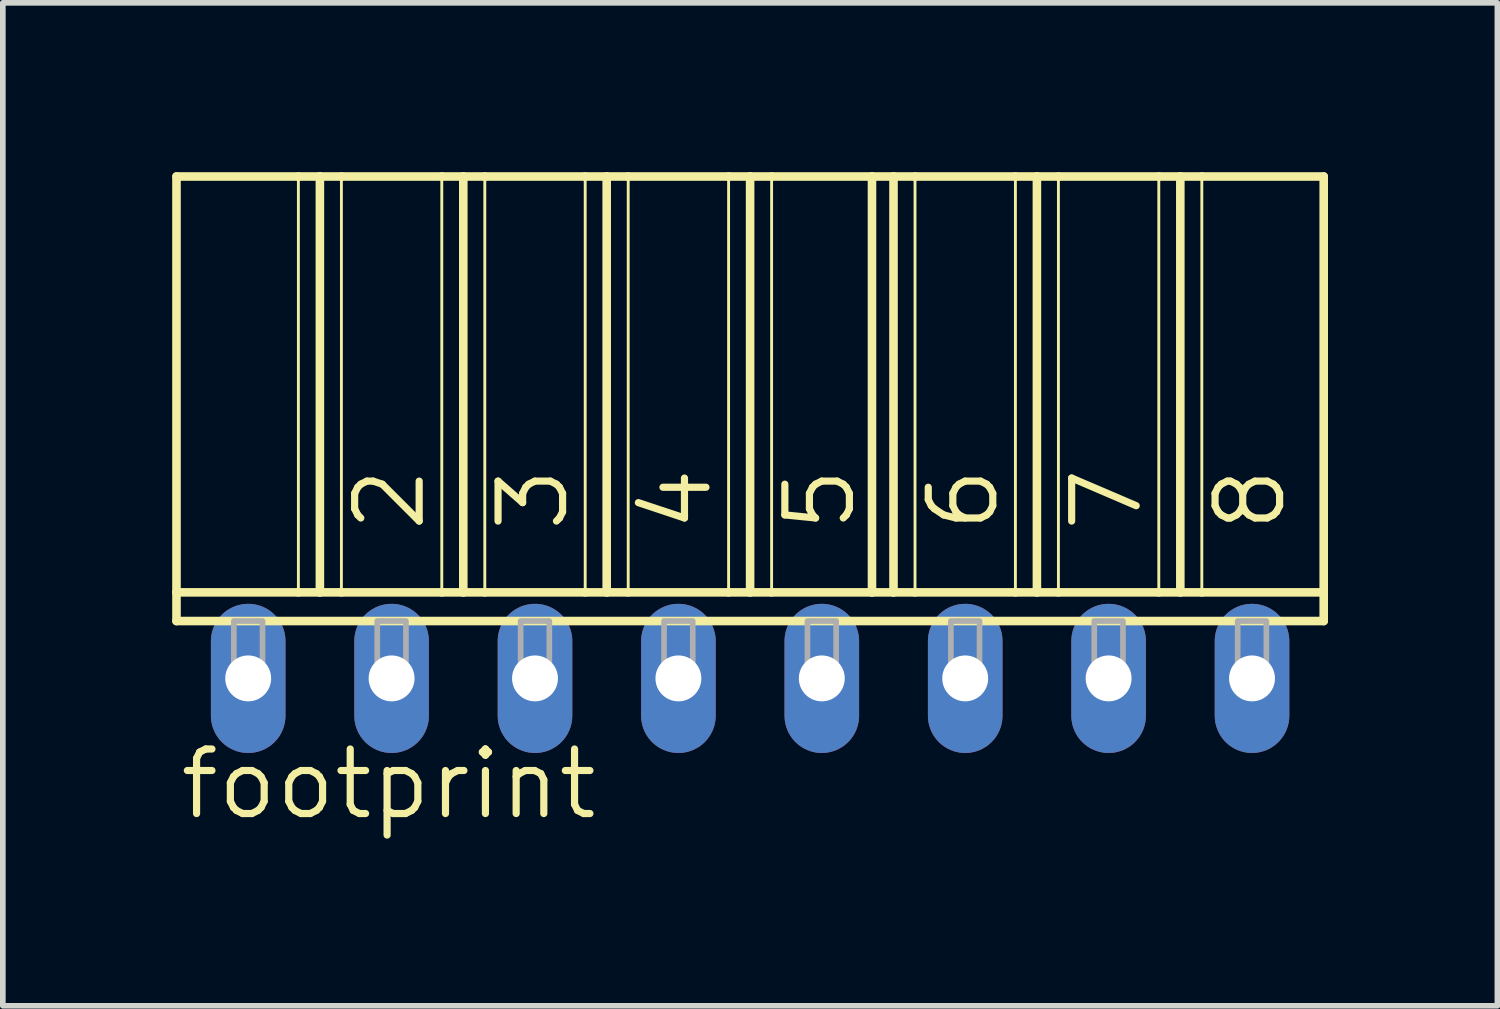
<source format=kicad_pcb>
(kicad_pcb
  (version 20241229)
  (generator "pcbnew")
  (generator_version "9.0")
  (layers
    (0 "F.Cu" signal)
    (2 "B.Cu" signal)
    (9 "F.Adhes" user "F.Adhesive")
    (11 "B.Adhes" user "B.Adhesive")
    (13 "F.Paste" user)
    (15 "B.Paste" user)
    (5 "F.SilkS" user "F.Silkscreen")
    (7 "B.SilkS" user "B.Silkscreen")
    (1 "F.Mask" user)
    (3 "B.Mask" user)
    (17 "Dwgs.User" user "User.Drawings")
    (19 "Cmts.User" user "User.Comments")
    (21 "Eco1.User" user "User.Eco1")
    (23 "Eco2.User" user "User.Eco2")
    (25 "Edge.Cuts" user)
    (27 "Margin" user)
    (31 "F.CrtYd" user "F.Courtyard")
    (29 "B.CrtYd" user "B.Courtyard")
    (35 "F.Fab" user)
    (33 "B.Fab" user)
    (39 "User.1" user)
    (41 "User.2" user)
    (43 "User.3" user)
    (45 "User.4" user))
  (footprint "footprint"
    (layer "F.Cu")
    (at 10.236 8.966)
    (property "Reference" "footprint" (at -10.16 2.54 0) (layer "F.SilkS") (effects (font (size 1.143 1.143) (thickness 0.127)) (justify left bottom)))
    (fp_line (start -10.16 -8.89) (end -8.001 -8.89) (stroke (width 0.152) (type solid)) (layer "F.SilkS"))
    (fp_line (start -10.16 -1.524) (end -10.16 -8.89) (stroke (width 0.152) (type solid)) (layer "F.SilkS"))
    (fp_line (start -10.16 -1.524) (end -8.001 -1.524) (stroke (width 0.152) (type solid)) (layer "F.SilkS"))
    (fp_line (start -10.16 -1.016) (end -10.16 -1.524) (stroke (width 0.152) (type solid)) (layer "F.SilkS"))
    (fp_line (start -10.16 -1.016) (end 10.16 -1.016) (stroke (width 0.152) (type solid)) (layer "F.SilkS"))
    (fp_line (start -8.001 -8.89) (end -8.001 -1.524) (stroke (width 0.051) (type solid)) (layer "F.SilkS"))
    (fp_line (start -8.001 -8.89) (end -7.62 -8.89) (stroke (width 0.152) (type solid)) (layer "F.SilkS"))
    (fp_line (start -8.001 -1.524) (end -7.62 -1.524) (stroke (width 0.152) (type solid)) (layer "F.SilkS"))
    (fp_line (start -7.62 -8.89) (end -7.62 -1.524) (stroke (width 0.152) (type solid)) (layer "F.SilkS"))
    (fp_line (start -7.62 -8.89) (end -7.239 -8.89) (stroke (width 0.152) (type solid)) (layer "F.SilkS"))
    (fp_line (start -7.62 -1.524) (end -7.239 -1.524) (stroke (width 0.152) (type solid)) (layer "F.SilkS"))
    (fp_line (start -7.239 -8.89) (end -7.239 -1.524) (stroke (width 0.051) (type solid)) (layer "F.SilkS"))
    (fp_line (start -7.239 -8.89) (end -5.461 -8.89) (stroke (width 0.152) (type solid)) (layer "F.SilkS"))
    (fp_line (start -7.239 -1.524) (end -5.461 -1.524) (stroke (width 0.152) (type solid)) (layer "F.SilkS"))
    (fp_line (start -5.461 -8.89) (end -5.461 -1.524) (stroke (width 0.051) (type solid)) (layer "F.SilkS"))
    (fp_line (start -5.461 -8.89) (end -5.08 -8.89) (stroke (width 0.152) (type solid)) (layer "F.SilkS"))
    (fp_line (start -5.461 -1.524) (end -5.08 -1.524) (stroke (width 0.152) (type solid)) (layer "F.SilkS"))
    (fp_line (start -5.08 -8.89) (end -5.08 -1.524) (stroke (width 0.152) (type solid)) (layer "F.SilkS"))
    (fp_line (start -5.08 -8.89) (end -4.699 -8.89) (stroke (width 0.152) (type solid)) (layer "F.SilkS"))
    (fp_line (start -5.08 -1.524) (end -4.699 -1.524) (stroke (width 0.152) (type solid)) (layer "F.SilkS"))
    (fp_line (start -4.699 -8.89) (end -4.699 -1.524) (stroke (width 0.051) (type solid)) (layer "F.SilkS"))
    (fp_line (start -4.699 -8.89) (end -2.921 -8.89) (stroke (width 0.152) (type solid)) (layer "F.SilkS"))
    (fp_line (start -4.699 -1.524) (end -2.921 -1.524) (stroke (width 0.152) (type solid)) (layer "F.SilkS"))
    (fp_line (start -2.921 -8.89) (end -2.921 -1.524) (stroke (width 0.051) (type solid)) (layer "F.SilkS"))
    (fp_line (start -2.921 -8.89) (end -2.54 -8.89) (stroke (width 0.152) (type solid)) (layer "F.SilkS"))
    (fp_line (start -2.921 -1.524) (end -2.54 -1.524) (stroke (width 0.152) (type solid)) (layer "F.SilkS"))
    (fp_line (start -2.54 -8.89) (end -2.54 -1.524) (stroke (width 0.152) (type solid)) (layer "F.SilkS"))
    (fp_line (start -2.54 -8.89) (end -2.159 -8.89) (stroke (width 0.152) (type solid)) (layer "F.SilkS"))
    (fp_line (start -2.54 -1.524) (end -2.159 -1.524) (stroke (width 0.152) (type solid)) (layer "F.SilkS"))
    (fp_line (start -2.159 -8.89) (end -2.159 -1.524) (stroke (width 0.051) (type solid)) (layer "F.SilkS"))
    (fp_line (start -2.159 -8.89) (end -0.381 -8.89) (stroke (width 0.152) (type solid)) (layer "F.SilkS"))
    (fp_line (start -2.159 -1.524) (end -0.381 -1.524) (stroke (width 0.152) (type solid)) (layer "F.SilkS"))
    (fp_line (start -0.381 -8.89) (end -0.381 -1.524) (stroke (width 0.051) (type solid)) (layer "F.SilkS"))
    (fp_line (start -0.381 -8.89) (end 0 -8.89) (stroke (width 0.152) (type solid)) (layer "F.SilkS"))
    (fp_line (start -0.381 -1.524) (end 0 -1.524) (stroke (width 0.152) (type solid)) (layer "F.SilkS"))
    (fp_line (start 0 -8.89) (end 0 -1.524) (stroke (width 0.152) (type solid)) (layer "F.SilkS"))
    (fp_line (start 0 -8.89) (end 0.381 -8.89) (stroke (width 0.152) (type solid)) (layer "F.SilkS"))
    (fp_line (start 0 -1.524) (end 0.381 -1.524) (stroke (width 0.152) (type solid)) (layer "F.SilkS"))
    (fp_line (start 0.381 -8.89) (end 0.381 -1.524) (stroke (width 0.051) (type solid)) (layer "F.SilkS"))
    (fp_line (start 0.381 -8.89) (end 2.159 -8.89) (stroke (width 0.152) (type solid)) (layer "F.SilkS"))
    (fp_line (start 0.381 -1.524) (end 2.159 -1.524) (stroke (width 0.152) (type solid)) (layer "F.SilkS"))
    (fp_line (start 2.159 -8.89) (end 2.159 -1.524) (stroke (width 0.152) (type solid)) (layer "F.SilkS"))
    (fp_line (start 2.159 -8.89) (end 2.54 -8.89) (stroke (width 0.152) (type solid)) (layer "F.SilkS"))
    (fp_line (start 2.159 -1.524) (end 2.54 -1.524) (stroke (width 0.152) (type solid)) (layer "F.SilkS"))
    (fp_line (start 2.54 -8.89) (end 2.54 -1.524) (stroke (width 0.152) (type solid)) (layer "F.SilkS"))
    (fp_line (start 2.54 -8.89) (end 2.921 -8.89) (stroke (width 0.152) (type solid)) (layer "F.SilkS"))
    (fp_line (start 2.54 -1.524) (end 2.921 -1.524) (stroke (width 0.152) (type solid)) (layer "F.SilkS"))
    (fp_line (start 2.921 -8.89) (end 2.921 -1.524) (stroke (width 0.051) (type solid)) (layer "F.SilkS"))
    (fp_line (start 2.921 -8.89) (end 4.699 -8.89) (stroke (width 0.152) (type solid)) (layer "F.SilkS"))
    (fp_line (start 2.921 -1.524) (end 4.699 -1.524) (stroke (width 0.152) (type solid)) (layer "F.SilkS"))
    (fp_line (start 4.699 -8.89) (end 4.699 -1.524) (stroke (width 0.051) (type solid)) (layer "F.SilkS"))
    (fp_line (start 4.699 -8.89) (end 5.08 -8.89) (stroke (width 0.152) (type solid)) (layer "F.SilkS"))
    (fp_line (start 4.699 -1.524) (end 5.08 -1.524) (stroke (width 0.152) (type solid)) (layer "F.SilkS"))
    (fp_line (start 5.08 -8.89) (end 5.08 -1.524) (stroke (width 0.152) (type solid)) (layer "F.SilkS"))
    (fp_line (start 5.08 -8.89) (end 5.461 -8.89) (stroke (width 0.152) (type solid)) (layer "F.SilkS"))
    (fp_line (start 5.08 -1.524) (end 5.461 -1.524) (stroke (width 0.152) (type solid)) (layer "F.SilkS"))
    (fp_line (start 5.461 -8.89) (end 5.461 -1.524) (stroke (width 0.051) (type solid)) (layer "F.SilkS"))
    (fp_line (start 5.461 -8.89) (end 7.239 -8.89) (stroke (width 0.152) (type solid)) (layer "F.SilkS"))
    (fp_line (start 5.461 -1.524) (end 7.239 -1.524) (stroke (width 0.152) (type solid)) (layer "F.SilkS"))
    (fp_line (start 7.239 -8.89) (end 7.239 -1.524) (stroke (width 0.051) (type solid)) (layer "F.SilkS"))
    (fp_line (start 7.239 -8.89) (end 7.62 -8.89) (stroke (width 0.152) (type solid)) (layer "F.SilkS"))
    (fp_line (start 7.239 -1.524) (end 7.62 -1.524) (stroke (width 0.152) (type solid)) (layer "F.SilkS"))
    (fp_line (start 7.62 -8.89) (end 7.62 -1.524) (stroke (width 0.152) (type solid)) (layer "F.SilkS"))
    (fp_line (start 7.62 -8.89) (end 8.001 -8.89) (stroke (width 0.152) (type solid)) (layer "F.SilkS"))
    (fp_line (start 7.62 -1.524) (end 8.001 -1.524) (stroke (width 0.152) (type solid)) (layer "F.SilkS"))
    (fp_line (start 8.001 -8.89) (end 8.001 -1.524) (stroke (width 0.051) (type solid)) (layer "F.SilkS"))
    (fp_line (start 8.001 -8.89) (end 10.16 -8.89) (stroke (width 0.152) (type solid)) (layer "F.SilkS"))
    (fp_line (start 8.001 -1.524) (end 10.16 -1.524) (stroke (width 0.152) (type solid)) (layer "F.SilkS"))
    (fp_line (start 10.16 -8.89) (end 10.16 -1.524) (stroke (width 0.152) (type solid)) (layer "F.SilkS"))
    (fp_line (start 10.16 -1.524) (end 10.16 -1.016) (stroke (width 0.152) (type solid)) (layer "F.SilkS"))
    (fp_poly (pts (xy -9.144 0) (xy -8.636 0) (xy -8.636 -1.016) (xy -9.144 -1.016)) (stroke (width 0.1) (type solid)) (fill no) (layer "F.Fab"))
    (fp_poly (pts (xy -6.604 0) (xy -6.096 0) (xy -6.096 -1.016) (xy -6.604 -1.016)) (stroke (width 0.1) (type solid)) (fill no) (layer "F.Fab"))
    (fp_poly (pts (xy -4.064 0) (xy -3.556 0) (xy -3.556 -1.016) (xy -4.064 -1.016)) (stroke (width 0.1) (type solid)) (fill no) (layer "F.Fab"))
    (fp_poly (pts (xy -1.524 0) (xy -1.016 0) (xy -1.016 -1.016) (xy -1.524 -1.016)) (stroke (width 0.1) (type solid)) (fill no) (layer "F.Fab"))
    (fp_poly (pts (xy 1.016 0) (xy 1.524 0) (xy 1.524 -1.016) (xy 1.016 -1.016)) (stroke (width 0.1) (type solid)) (fill no) (layer "F.Fab"))
    (fp_poly (pts (xy 3.556 0) (xy 4.064 0) (xy 4.064 -1.016) (xy 3.556 -1.016)) (stroke (width 0.1) (type solid)) (fill no) (layer "F.Fab"))
    (fp_poly (pts (xy 6.096 0) (xy 6.604 0) (xy 6.604 -1.016) (xy 6.096 -1.016)) (stroke (width 0.1) (type solid)) (fill no) (layer "F.Fab"))
    (fp_poly (pts (xy 8.636 0) (xy 9.144 0) (xy 9.144 -1.016) (xy 8.636 -1.016)) (stroke (width 0.1) (type solid)) (fill no) (layer "F.Fab"))
    (fp_text user "6" (at 4.445 -2.54 90) (layer "F.SilkS") (effects (font (size 1.143 1.143) (thickness 0.127)) (justify left bottom)))
    (fp_text user "3" (at -3.175 -2.54 90) (layer "F.SilkS") (effects (font (size 1.143 1.143) (thickness 0.127)) (justify left bottom)))
    (fp_text user "8" (at 9.525 -2.54 90) (layer "F.SilkS") (effects (font (size 1.143 1.143) (thickness 0.127)) (justify left bottom)))
    (fp_text user "4" (at -0.635 -2.54 90) (layer "F.SilkS") (effects (font (size 1.143 1.143) (thickness 0.127)) (justify left bottom)))
    (fp_text user "7" (at 6.985 -2.54 90) (layer "F.SilkS") (effects (font (size 1.143 1.143) (thickness 0.127)) (justify left bottom)))
    (fp_text user "5" (at 1.905 -2.54 90) (layer "F.SilkS") (effects (font (size 1.143 1.143) (thickness 0.127)) (justify left bottom)))
    (fp_text user "2" (at -5.715 -2.54 90) (layer "F.SilkS") (effects (font (size 1.143 1.143) (thickness 0.127)) (justify left bottom)))
    (pad "1" thru_hole oval (at -8.89 0 90) (size 2.642 1.321) (drill 0.813) (layers "*.Cu" "*.Mask"))
    (pad "2" thru_hole oval (at -6.35 0 90) (size 2.642 1.321) (drill 0.813) (layers "*.Cu" "*.Mask"))
    (pad "3" thru_hole oval (at -3.81 0 90) (size 2.642 1.321) (drill 0.813) (layers "*.Cu" "*.Mask"))
    (pad "4" thru_hole oval (at -1.27 0 90) (size 2.642 1.321) (drill 0.813) (layers "*.Cu" "*.Mask"))
    (pad "5" thru_hole oval (at 1.27 0 90) (size 2.642 1.321) (drill 0.813) (layers "*.Cu" "*.Mask"))
    (pad "6" thru_hole oval (at 3.81 0 90) (size 2.642 1.321) (drill 0.813) (layers "*.Cu" "*.Mask"))
    (pad "7" thru_hole oval (at 6.35 0 90) (size 2.642 1.321) (drill 0.813) (layers "*.Cu" "*.Mask"))
    (pad "8" thru_hole oval (at 8.89 0 90) (size 2.642 1.321) (drill 0.813) (layers "*.Cu" "*.Mask")))
  (gr_rect
    (start -3 -3)
    (end 23.472 14.765)
    (stroke (width 0.1) (type default))
    (fill no)
    (layer "Edge.Cuts")))
</source>
